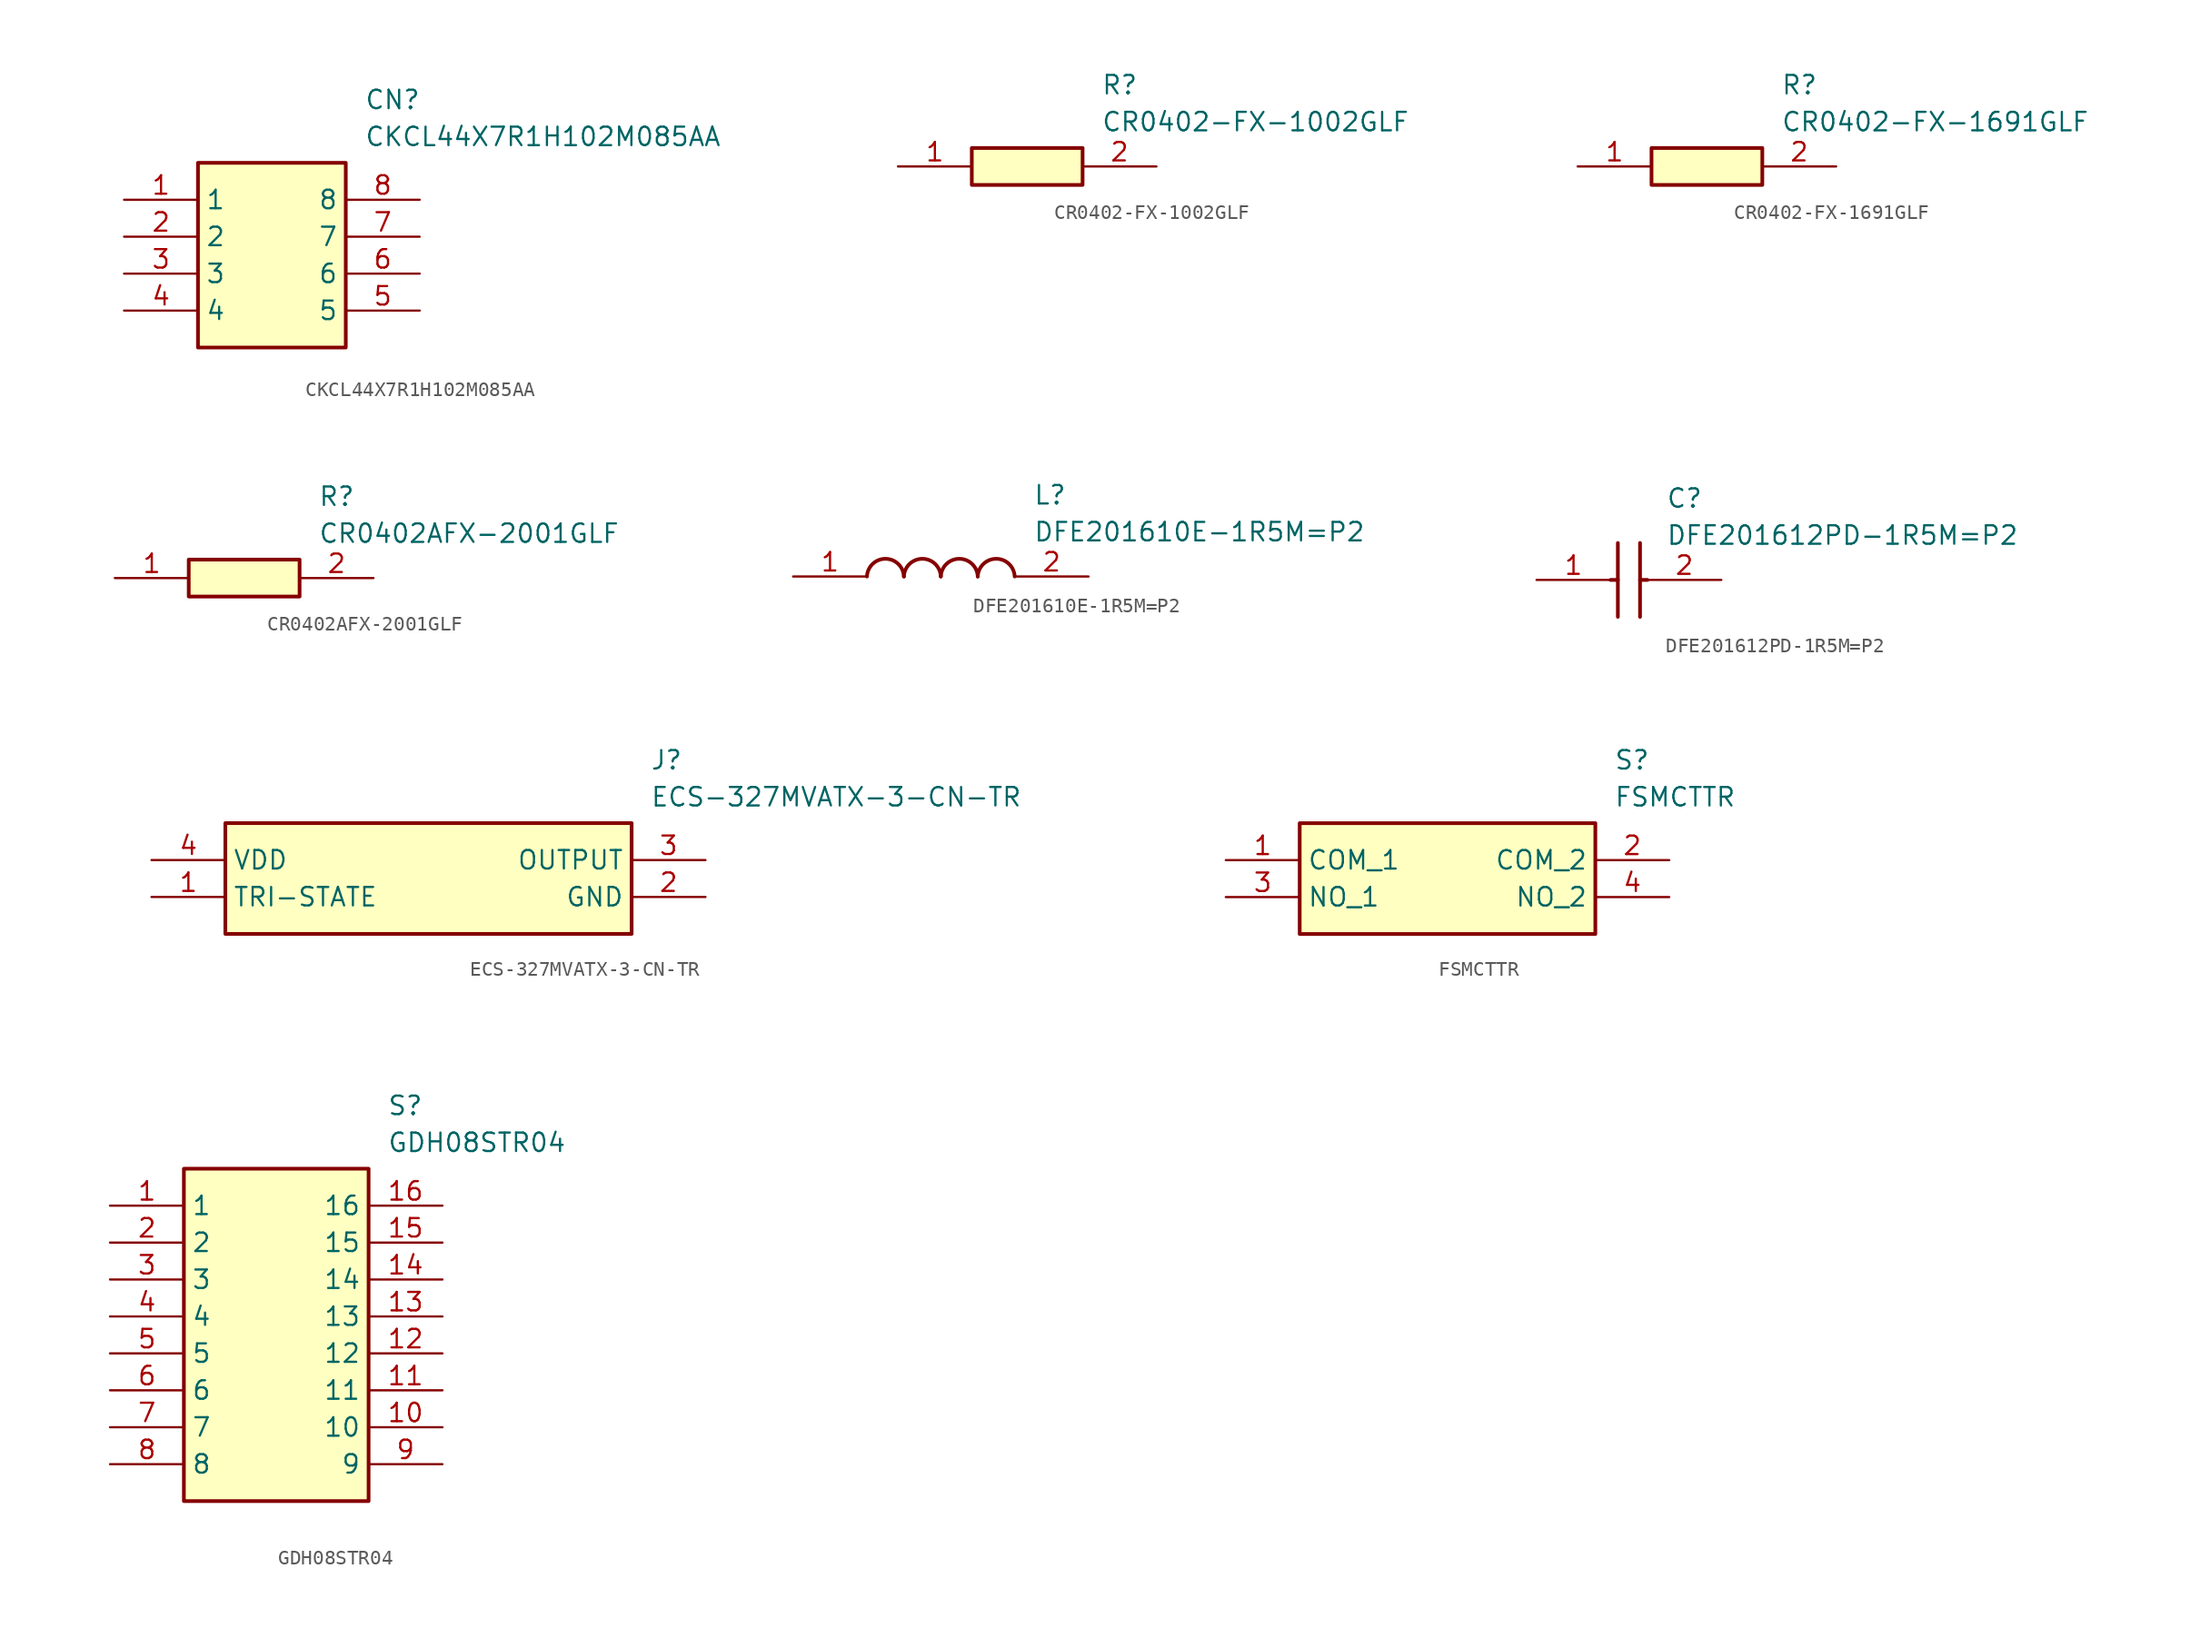
<source format=kicad_sym>
(kicad_symbol_lib
  (version 20220914)
  (generator kicad_symbol_editor)
  (symbol "CKCL44X7R1H102M085AA"
    (property "Reference" "CN"
      (at 16.51 7.62 0)
      (effects (font (size 1.27 1.27)) (justify left top)))
    (property "Value" "CKCL44X7R1H102M085AA"
      (at 16.51 5.08 0)
      (effects (font (size 1.27 1.27)) (justify left top)))
    (symbol "CKCL44X7R1H102M085AA_1_1"
      (rectangle (start 5.08 2.54) (end 15.24 -10.16) (stroke (width 0.254) (type default)) (fill (type background)))
      (pin passive line (at 0 0 0) (length 5.08) (name "1" (effects (font (size 1.27 1.27)))) (number "1" (effects (font (size 1.27 1.27)))))
      (pin passive line (at 0 -2.54 0) (length 5.08) (name "2" (effects (font (size 1.27 1.27)))) (number "2" (effects (font (size 1.27 1.27)))))
      (pin passive line (at 0 -5.08 0) (length 5.08) (name "3" (effects (font (size 1.27 1.27)))) (number "3" (effects (font (size 1.27 1.27)))))
      (pin passive line (at 0 -7.62 0) (length 5.08) (name "4" (effects (font (size 1.27 1.27)))) (number "4" (effects (font (size 1.27 1.27)))))
      (pin passive line (at 20.32 -7.62 180) (length 5.08) (name "5" (effects (font (size 1.27 1.27)))) (number "5" (effects (font (size 1.27 1.27)))))
      (pin passive line (at 20.32 -5.08 180) (length 5.08) (name "6" (effects (font (size 1.27 1.27)))) (number "6" (effects (font (size 1.27 1.27)))))
      (pin passive line (at 20.32 -2.54 180) (length 5.08) (name "7" (effects (font (size 1.27 1.27)))) (number "7" (effects (font (size 1.27 1.27)))))
      (pin passive line (at 20.32 0 180) (length 5.08) (name "8" (effects (font (size 1.27 1.27)))) (number "8" (effects (font (size 1.27 1.27)))))))
  (symbol "CR0402-FX-1002GLF"
    (pin_names hide)
    (property "Reference" "R"
      (at 13.97 6.35 0)
      (effects (font (size 1.27 1.27)) (justify left top)))
    (property "Value" "CR0402-FX-1002GLF"
      (at 13.97 3.81 0)
      (effects (font (size 1.27 1.27)) (justify left top)))
    (rectangle
      (start 5.08 1.27)
      (end 12.7 -1.27)
      (stroke (width 0.254) (type default))
      (fill (type background)))
    (pin passive line
      (at 0 0 0)
      (length 5.08)
      (name "1" (effects (font (size 1.27 1.27))))
      (number "1" (effects (font (size 1.27 1.27)))))
    (pin passive line
      (at 17.78 0 180)
      (length 5.08)
      (name "2" (effects (font (size 1.27 1.27))))
      (number "2" (effects (font (size 1.27 1.27))))))
  (symbol "CR0402-FX-1691GLF"
    (pin_names hide)
    (property "Reference" "R"
      (at 13.97 6.35 0)
      (effects (font (size 1.27 1.27)) (justify left top)))
    (property "Value" "CR0402-FX-1691GLF"
      (at 13.97 3.81 0)
      (effects (font (size 1.27 1.27)) (justify left top)))
    (rectangle
      (start 5.08 1.27)
      (end 12.7 -1.27)
      (stroke (width 0.254) (type default))
      (fill (type background)))
    (pin passive line
      (at 0 0 0)
      (length 5.08)
      (name "1" (effects (font (size 1.27 1.27))))
      (number "1" (effects (font (size 1.27 1.27)))))
    (pin passive line
      (at 17.78 0 180)
      (length 5.08)
      (name "2" (effects (font (size 1.27 1.27))))
      (number "2" (effects (font (size 1.27 1.27))))))
  (symbol "CR0402AFX-2001GLF"
    (pin_names hide)
    (property "Reference" "R"
      (at 13.97 6.35 0)
      (effects (font (size 1.27 1.27)) (justify left top)))
    (property "Value" "CR0402AFX-2001GLF"
      (at 13.97 3.81 0)
      (effects (font (size 1.27 1.27)) (justify left top)))
    (rectangle
      (start 5.08 1.27)
      (end 12.7 -1.27)
      (stroke (width 0.254) (type default))
      (fill (type background)))
    (pin passive line
      (at 0 0 0)
      (length 5.08)
      (name "1" (effects (font (size 1.27 1.27))))
      (number "1" (effects (font (size 1.27 1.27)))))
    (pin passive line
      (at 17.78 0 180)
      (length 5.08)
      (name "2" (effects (font (size 1.27 1.27))))
      (number "2" (effects (font (size 1.27 1.27))))))
  (symbol "DFE201610E-1R5M=P2"
    (pin_names hide)
    (property "Reference" "L"
      (at 16.51 6.35 0)
      (effects (font (size 1.27 1.27)) (justify left top)))
    (property "Value" "DFE201610E-1R5M=P2"
      (at 16.51 3.81 0)
      (effects (font (size 1.27 1.27)) (justify left top)))
    (symbol "DFE201610E-1R5M=P2_1_1"
      (arc (start 7.62 0) (mid 6.35 1.219) (end 5.08 0) (stroke (width 0.254) (type default)) (fill (type none)))
      (arc (start 10.16 0) (mid 8.89 1.219) (end 7.62 0) (stroke (width 0.254) (type default)) (fill (type none)))
      (arc (start 12.7 0) (mid 11.43 1.219) (end 10.16 0) (stroke (width 0.254) (type default)) (fill (type none)))
      (arc (start 15.24 0) (mid 13.97 1.219) (end 12.7 0) (stroke (width 0.254) (type default)) (fill (type none)))
      (pin passive line (at 0 0 0) (length 5.08) (name "1" (effects (font (size 1.27 1.27)))) (number "1" (effects (font (size 1.27 1.27)))))
      (pin passive line (at 20.32 0 180) (length 5.08) (name "2" (effects (font (size 1.27 1.27)))) (number "2" (effects (font (size 1.27 1.27)))))))
  (symbol "DFE201612PD-1R5M=P2"
    (pin_names hide)
    (property "Reference" "C"
      (at 8.89 6.35 0)
      (effects (font (size 1.27 1.27)) (justify left top)))
    (property "Value" "DFE201612PD-1R5M=P2"
      (at 8.89 3.81 0)
      (effects (font (size 1.27 1.27)) (justify left top)))
    (symbol "DFE201612PD-1R5M=P2_1_1"
      (polyline (pts (xy 5.08 0) (xy 5.588 0)) (stroke (width 0.254) (type default)) (fill (type none)))
      (polyline (pts (xy 5.588 2.54) (xy 5.588 -2.54)) (stroke (width 0.254) (type default)) (fill (type none)))
      (polyline (pts (xy 7.112 0) (xy 7.62 0)) (stroke (width 0.254) (type default)) (fill (type none)))
      (polyline (pts (xy 7.112 2.54) (xy 7.112 -2.54)) (stroke (width 0.254) (type default)) (fill (type none)))
      (pin passive line (at 0 0 0) (length 5.08) (name "1" (effects (font (size 1.27 1.27)))) (number "1" (effects (font (size 1.27 1.27)))))
      (pin passive line (at 12.7 0 180) (length 5.08) (name "2" (effects (font (size 1.27 1.27)))) (number "2" (effects (font (size 1.27 1.27)))))))
  (symbol "ECS-327MVATX-3-CN-TR"
    (property "Reference" "J"
      (at 34.29 7.62 0)
      (effects (font (size 1.27 1.27)) (justify left top)))
    (property "Value" "ECS-327MVATX-3-CN-TR"
      (at 34.29 5.08 0)
      (effects (font (size 1.27 1.27)) (justify left top)))
    (rectangle
      (start 5.08 2.54)
      (end 33.02 -5.08)
      (stroke (width 0.254) (type default))
      (fill (type background)))
    (pin passive line
      (at 0 -2.54 0)
      (length 5.08)
      (name "TRI-STATE" (effects (font (size 1.27 1.27))))
      (number "1" (effects (font (size 1.27 1.27)))))
    (pin passive line
      (at 38.1 -2.54 180)
      (length 5.08)
      (name "GND" (effects (font (size 1.27 1.27))))
      (number "2" (effects (font (size 1.27 1.27)))))
    (pin passive line
      (at 38.1 0 180)
      (length 5.08)
      (name "OUTPUT" (effects (font (size 1.27 1.27))))
      (number "3" (effects (font (size 1.27 1.27)))))
    (pin passive line
      (at 0 0 0)
      (length 5.08)
      (name "VDD" (effects (font (size 1.27 1.27))))
      (number "4" (effects (font (size 1.27 1.27))))))
  (symbol "FSMCTTR"
    (property "Reference" "S"
      (at 26.67 7.62 0)
      (effects (font (size 1.27 1.27)) (justify left top)))
    (property "Value" "FSMCTTR"
      (at 26.67 5.08 0)
      (effects (font (size 1.27 1.27)) (justify left top)))
    (symbol "FSMCTTR_1_1"
      (rectangle (start 5.08 2.54) (end 25.4 -5.08) (stroke (width 0.254) (type default)) (fill (type background)))
      (pin passive line (at 0 0 0) (length 5.08) (name "COM_1" (effects (font (size 1.27 1.27)))) (number "1" (effects (font (size 1.27 1.27)))))
      (pin passive line (at 30.48 0 180) (length 5.08) (name "COM_2" (effects (font (size 1.27 1.27)))) (number "2" (effects (font (size 1.27 1.27)))))
      (pin passive line (at 0 -2.54 0) (length 5.08) (name "NO_1" (effects (font (size 1.27 1.27)))) (number "3" (effects (font (size 1.27 1.27)))))
      (pin passive line (at 30.48 -2.54 180) (length 5.08) (name "NO_2" (effects (font (size 1.27 1.27)))) (number "4" (effects (font (size 1.27 1.27)))))))
  (symbol "GDH08STR04"
    (property "Reference" "S"
      (at 19.05 7.62 0)
      (effects (font (size 1.27 1.27)) (justify left top)))
    (property "Value" "GDH08STR04"
      (at 19.05 5.08 0)
      (effects (font (size 1.27 1.27)) (justify left top)))
    (symbol "GDH08STR04_1_1"
      (rectangle (start 5.08 2.54) (end 17.78 -20.32) (stroke (width 0.254) (type default)) (fill (type background)))
      (pin passive line (at 0 0 0) (length 5.08) (name "1" (effects (font (size 1.27 1.27)))) (number "1" (effects (font (size 1.27 1.27)))))
      (pin passive line (at 22.86 -15.24 180) (length 5.08) (name "10" (effects (font (size 1.27 1.27)))) (number "10" (effects (font (size 1.27 1.27)))))
      (pin passive line (at 22.86 -12.7 180) (length 5.08) (name "11" (effects (font (size 1.27 1.27)))) (number "11" (effects (font (size 1.27 1.27)))))
      (pin passive line (at 22.86 -10.16 180) (length 5.08) (name "12" (effects (font (size 1.27 1.27)))) (number "12" (effects (font (size 1.27 1.27)))))
      (pin passive line (at 22.86 -7.62 180) (length 5.08) (name "13" (effects (font (size 1.27 1.27)))) (number "13" (effects (font (size 1.27 1.27)))))
      (pin passive line (at 22.86 -5.08 180) (length 5.08) (name "14" (effects (font (size 1.27 1.27)))) (number "14" (effects (font (size 1.27 1.27)))))
      (pin passive line (at 22.86 -2.54 180) (length 5.08) (name "15" (effects (font (size 1.27 1.27)))) (number "15" (effects (font (size 1.27 1.27)))))
      (pin passive line (at 22.86 0 180) (length 5.08) (name "16" (effects (font (size 1.27 1.27)))) (number "16" (effects (font (size 1.27 1.27)))))
      (pin passive line (at 0 -2.54 0) (length 5.08) (name "2" (effects (font (size 1.27 1.27)))) (number "2" (effects (font (size 1.27 1.27)))))
      (pin passive line (at 0 -5.08 0) (length 5.08) (name "3" (effects (font (size 1.27 1.27)))) (number "3" (effects (font (size 1.27 1.27)))))
      (pin passive line (at 0 -7.62 0) (length 5.08) (name "4" (effects (font (size 1.27 1.27)))) (number "4" (effects (font (size 1.27 1.27)))))
      (pin passive line (at 0 -10.16 0) (length 5.08) (name "5" (effects (font (size 1.27 1.27)))) (number "5" (effects (font (size 1.27 1.27)))))
      (pin passive line (at 0 -12.7 0) (length 5.08) (name "6" (effects (font (size 1.27 1.27)))) (number "6" (effects (font (size 1.27 1.27)))))
      (pin passive line (at 0 -15.24 0) (length 5.08) (name "7" (effects (font (size 1.27 1.27)))) (number "7" (effects (font (size 1.27 1.27)))))
      (pin passive line (at 0 -17.78 0) (length 5.08) (name "8" (effects (font (size 1.27 1.27)))) (number "8" (effects (font (size 1.27 1.27)))))
      (pin passive line (at 22.86 -17.78 180) (length 5.08) (name "9" (effects (font (size 1.27 1.27)))) (number "9" (effects (font (size 1.27 1.27))))))))
</source>
